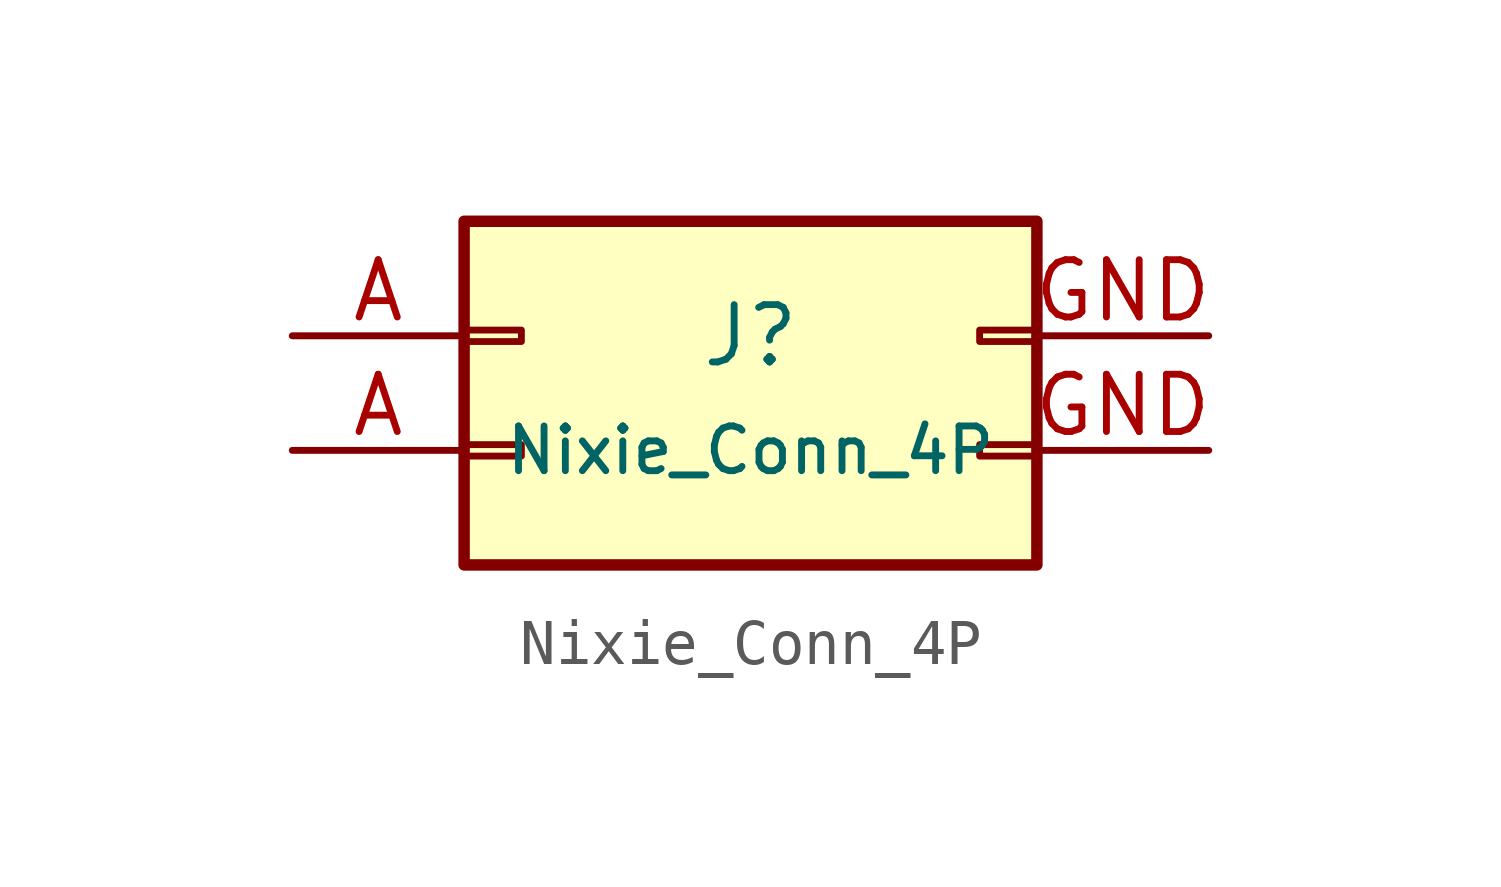
<source format=kicad_sym>
(kicad_symbol_lib
  (version 20220914)
  (generator kicad_symbol_editor)
  (symbol "Nixie_Conn_4P"
    (pin_names
      (offset 1.016) hide)
    (property "Reference" "J"
      (at 0 1.27 0)
      (effects (font (size 1.27 1.27))))
    (property "Value" "Nixie_Conn_4P"
      (at 0 -1.27 0)
      (effects (font (size 0.991 0.991))))
    (symbol "Nixie_Conn_4P_1_1"
      (rectangle (start -6.35 -1.143) (end -5.08 -1.397) (stroke (width 0.152) (type solid)) (fill (type none)))
      (rectangle (start -6.35 1.397) (end -5.08 1.143) (stroke (width 0.152) (type solid)) (fill (type none)))
      (rectangle (start -6.35 3.81) (end 6.35 -3.81) (stroke (width 0.254) (type solid)) (fill (type background)))
      (rectangle (start 5.08 -1.143) (end 6.35 -1.397) (stroke (width 0.152) (type solid)) (fill (type none)))
      (rectangle (start 6.35 1.143) (end 5.08 1.397) (stroke (width 0.152) (type solid)) (fill (type none)))
      (pin bidirectional line (at -10.16 -1.27 0) (length 3.81) (name "A" (effects (font (size 1.27 1.27)))) (number "A" (effects (font (size 1.27 1.27)))))
      (pin bidirectional line (at -10.16 1.27 0) (length 3.81) (name "A" (effects (font (size 1.27 1.27)))) (number "A" (effects (font (size 1.27 1.27)))))
      (pin bidirectional line (at 10.16 -1.27 180) (length 3.81) (name "GND" (effects (font (size 1.27 1.27)))) (number "GND" (effects (font (size 1.27 1.27)))))
      (pin bidirectional line (at 10.16 1.27 180) (length 3.81) (name "GND" (effects (font (size 1.27 1.27)))) (number "GND" (effects (font (size 1.27 1.27))))))))
</source>
